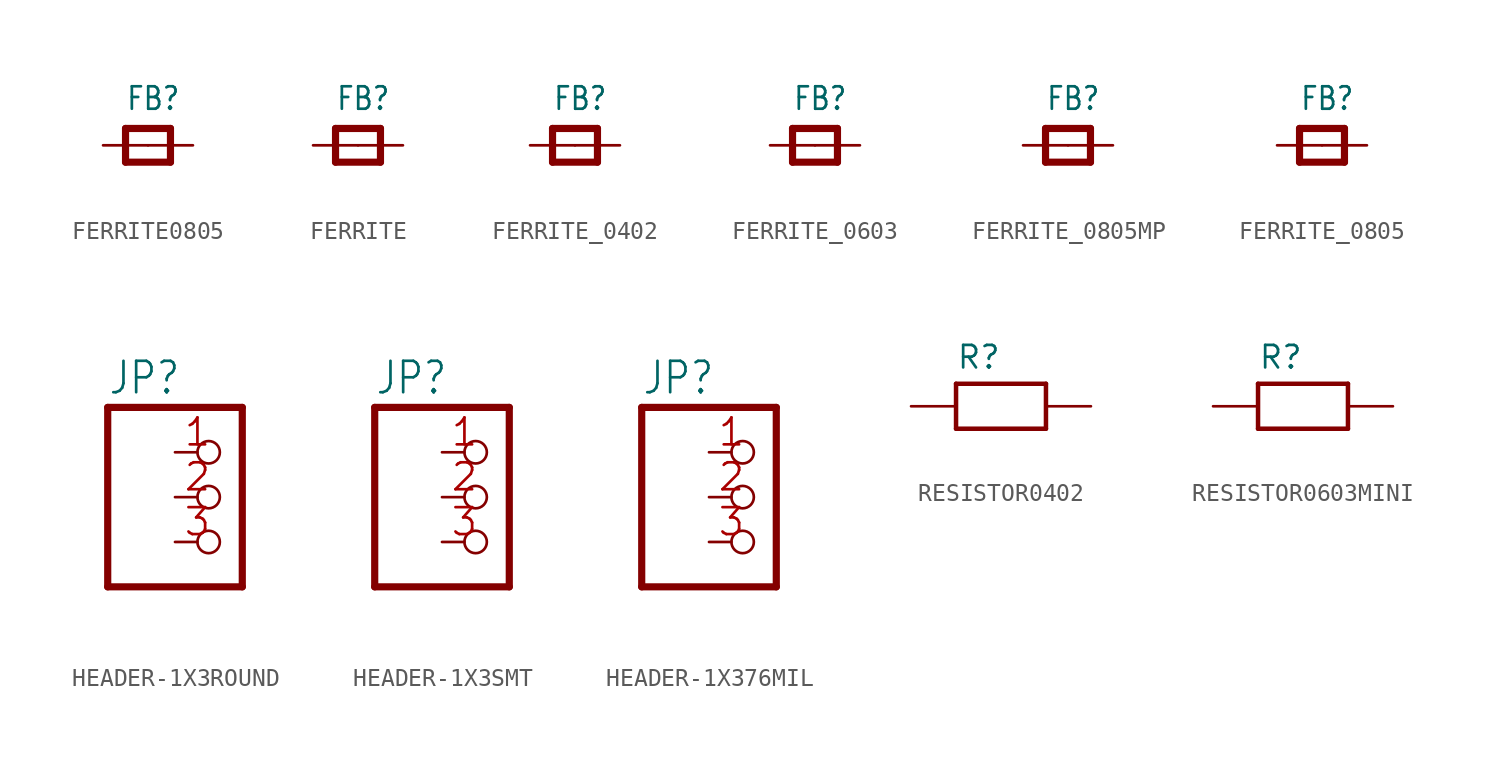
<source format=kicad_sym>
(kicad_symbol_lib
  (version 20241209)
  (generator "kicad_symbol_editor")
  (generator_version "9.0")
  (symbol "FERRITE0805"
    (property "Reference" "FB"
      (at -1.27 1.905 0)
      (effects (font (size 1.27 1.079)) (justify left bottom)))
    (property "Value" ""
      (at -1.27 -3.175 0)
      (effects (font (size 1.27 1.079)) (justify left bottom)))
    (property "ki_locked" ""
      (at 0 0 0)
      (effects (font (size 1.27 1.27))))
    (symbol "FERRITE0805_1_0"
      (polyline (pts (xy -1.27 0.953) (xy 1.27 0.953)) (stroke (width 0.406) (type solid)) (fill (type none)))
      (polyline (pts (xy -1.27 -0.953) (xy -1.27 0.953)) (stroke (width 0.406) (type solid)) (fill (type none)))
      (polyline (pts (xy 1.27 0.953) (xy 1.27 -0.953)) (stroke (width 0.406) (type solid)) (fill (type none)))
      (polyline (pts (xy 1.27 -0.953) (xy -1.27 -0.953)) (stroke (width 0.406) (type solid)) (fill (type none)))
      (pin passive line (at -2.54 0 0) (length 2.54) (name "P$1" (effects (font (size 0 0)))) (number "1" (effects (font (size 0 0)))))
      (pin passive line (at 2.54 0 180) (length 2.54) (name "P$2" (effects (font (size 0 0)))) (number "2" (effects (font (size 0 0)))))))
  (symbol "FERRITE"
    (property "Reference" "FB"
      (at -1.27 1.905 0)
      (effects (font (size 1.27 1.079)) (justify left bottom)))
    (property "Value" ""
      (at -1.27 -3.175 0)
      (effects (font (size 1.27 1.079)) (justify left bottom)))
    (property "ki_locked" ""
      (at 0 0 0)
      (effects (font (size 1.27 1.27))))
    (symbol "FERRITE_1_0"
      (polyline (pts (xy -1.27 0.953) (xy 1.27 0.953)) (stroke (width 0.406) (type solid)) (fill (type none)))
      (polyline (pts (xy -1.27 -0.953) (xy -1.27 0.953)) (stroke (width 0.406) (type solid)) (fill (type none)))
      (polyline (pts (xy 1.27 0.953) (xy 1.27 -0.953)) (stroke (width 0.406) (type solid)) (fill (type none)))
      (polyline (pts (xy 1.27 -0.953) (xy -1.27 -0.953)) (stroke (width 0.406) (type solid)) (fill (type none)))
      (pin passive line (at -2.54 0 0) (length 2.54) (name "P$1" (effects (font (size 0 0)))) (number "1" (effects (font (size 0 0)))))
      (pin passive line (at 2.54 0 180) (length 2.54) (name "P$2" (effects (font (size 0 0)))) (number "2" (effects (font (size 0 0)))))))
  (symbol "FERRITE_0402"
    (property "Reference" "FB"
      (at -1.27 1.905 0)
      (effects (font (size 1.27 1.079)) (justify left bottom)))
    (property "Value" ""
      (at -1.27 -3.175 0)
      (effects (font (size 1.27 1.079)) (justify left bottom)))
    (property "ki_locked" ""
      (at 0 0 0)
      (effects (font (size 1.27 1.27))))
    (symbol "FERRITE_0402_1_0"
      (polyline (pts (xy -1.27 0.953) (xy 1.27 0.953)) (stroke (width 0.406) (type solid)) (fill (type none)))
      (polyline (pts (xy -1.27 -0.953) (xy -1.27 0.953)) (stroke (width 0.406) (type solid)) (fill (type none)))
      (polyline (pts (xy 1.27 0.953) (xy 1.27 -0.953)) (stroke (width 0.406) (type solid)) (fill (type none)))
      (polyline (pts (xy 1.27 -0.953) (xy -1.27 -0.953)) (stroke (width 0.406) (type solid)) (fill (type none)))
      (pin passive line (at -2.54 0 0) (length 2.54) (name "P$1" (effects (font (size 0 0)))) (number "1" (effects (font (size 0 0)))))
      (pin passive line (at 2.54 0 180) (length 2.54) (name "P$2" (effects (font (size 0 0)))) (number "2" (effects (font (size 0 0)))))))
  (symbol "FERRITE_0603"
    (property "Reference" "FB"
      (at -1.27 1.905 0)
      (effects (font (size 1.27 1.079)) (justify left bottom)))
    (property "Value" ""
      (at -1.27 -3.175 0)
      (effects (font (size 1.27 1.079)) (justify left bottom)))
    (property "ki_locked" ""
      (at 0 0 0)
      (effects (font (size 1.27 1.27))))
    (symbol "FERRITE_0603_1_0"
      (polyline (pts (xy -1.27 0.953) (xy 1.27 0.953)) (stroke (width 0.406) (type solid)) (fill (type none)))
      (polyline (pts (xy -1.27 -0.953) (xy -1.27 0.953)) (stroke (width 0.406) (type solid)) (fill (type none)))
      (polyline (pts (xy 1.27 0.953) (xy 1.27 -0.953)) (stroke (width 0.406) (type solid)) (fill (type none)))
      (polyline (pts (xy 1.27 -0.953) (xy -1.27 -0.953)) (stroke (width 0.406) (type solid)) (fill (type none)))
      (pin passive line (at -2.54 0 0) (length 2.54) (name "P$1" (effects (font (size 0 0)))) (number "1" (effects (font (size 0 0)))))
      (pin passive line (at 2.54 0 180) (length 2.54) (name "P$2" (effects (font (size 0 0)))) (number "2" (effects (font (size 0 0)))))))
  (symbol "FERRITE_0805MP"
    (property "Reference" "FB"
      (at -1.27 1.905 0)
      (effects (font (size 1.27 1.079)) (justify left bottom)))
    (property "Value" ""
      (at -1.27 -3.175 0)
      (effects (font (size 1.27 1.079)) (justify left bottom)))
    (property "ki_locked" ""
      (at 0 0 0)
      (effects (font (size 1.27 1.27))))
    (symbol "FERRITE_0805MP_1_0"
      (polyline (pts (xy -1.27 0.953) (xy 1.27 0.953)) (stroke (width 0.406) (type solid)) (fill (type none)))
      (polyline (pts (xy -1.27 -0.953) (xy -1.27 0.953)) (stroke (width 0.406) (type solid)) (fill (type none)))
      (polyline (pts (xy 1.27 0.953) (xy 1.27 -0.953)) (stroke (width 0.406) (type solid)) (fill (type none)))
      (polyline (pts (xy 1.27 -0.953) (xy -1.27 -0.953)) (stroke (width 0.406) (type solid)) (fill (type none)))
      (pin passive line (at -2.54 0 0) (length 2.54) (name "P$1" (effects (font (size 0 0)))) (number "1" (effects (font (size 0 0)))))
      (pin passive line (at 2.54 0 180) (length 2.54) (name "P$2" (effects (font (size 0 0)))) (number "2" (effects (font (size 0 0)))))))
  (symbol "FERRITE_0805"
    (property "Reference" "FB"
      (at -1.27 1.905 0)
      (effects (font (size 1.27 1.079)) (justify left bottom)))
    (property "Value" ""
      (at -1.27 -3.175 0)
      (effects (font (size 1.27 1.079)) (justify left bottom)))
    (property "ki_locked" ""
      (at 0 0 0)
      (effects (font (size 1.27 1.27))))
    (symbol "FERRITE_0805_1_0"
      (polyline (pts (xy -1.27 0.953) (xy 1.27 0.953)) (stroke (width 0.406) (type solid)) (fill (type none)))
      (polyline (pts (xy -1.27 -0.953) (xy -1.27 0.953)) (stroke (width 0.406) (type solid)) (fill (type none)))
      (polyline (pts (xy 1.27 0.953) (xy 1.27 -0.953)) (stroke (width 0.406) (type solid)) (fill (type none)))
      (polyline (pts (xy 1.27 -0.953) (xy -1.27 -0.953)) (stroke (width 0.406) (type solid)) (fill (type none)))
      (pin passive line (at -2.54 0 0) (length 2.54) (name "P$1" (effects (font (size 0 0)))) (number "1" (effects (font (size 0 0)))))
      (pin passive line (at 2.54 0 180) (length 2.54) (name "P$2" (effects (font (size 0 0)))) (number "2" (effects (font (size 0 0)))))))
  (symbol "HEADER-1X3ROUND"
    (property "Reference" "JP"
      (at -6.35 5.715 0)
      (effects (font (size 1.778 1.511)) (justify left bottom)))
    (property "Value" ""
      (at -6.35 -7.62 0)
      (effects (font (size 1.778 1.511)) (justify left bottom)))
    (property "ki_locked" ""
      (at 0 0 0)
      (effects (font (size 1.27 1.27))))
    (symbol "HEADER-1X3ROUND_1_0"
      (polyline (pts (xy -6.35 5.08) (xy -6.35 -5.08)) (stroke (width 0.406) (type solid)) (fill (type none)))
      (polyline (pts (xy -6.35 -5.08) (xy 1.27 -5.08)) (stroke (width 0.406) (type solid)) (fill (type none)))
      (polyline (pts (xy 1.27 5.08) (xy -6.35 5.08)) (stroke (width 0.406) (type solid)) (fill (type none)))
      (polyline (pts (xy 1.27 -5.08) (xy 1.27 5.08)) (stroke (width 0.406) (type solid)) (fill (type none)))
      (pin passive inverted (at -2.54 2.54 0) (length 2.54) (name "1" (effects (font (size 0 0)))) (number "1" (effects (font (size 1.524 1.524)))))
      (pin passive inverted (at -2.54 0 0) (length 2.54) (name "2" (effects (font (size 0 0)))) (number "2" (effects (font (size 1.524 1.524)))))
      (pin passive inverted (at -2.54 -2.54 0) (length 2.54) (name "3" (effects (font (size 0 0)))) (number "3" (effects (font (size 1.524 1.524)))))))
  (symbol "HEADER-1X3SMT"
    (property "Reference" "JP"
      (at -6.35 5.715 0)
      (effects (font (size 1.778 1.511)) (justify left bottom)))
    (property "Value" ""
      (at -6.35 -7.62 0)
      (effects (font (size 1.778 1.511)) (justify left bottom)))
    (property "ki_locked" ""
      (at 0 0 0)
      (effects (font (size 1.27 1.27))))
    (symbol "HEADER-1X3SMT_1_0"
      (polyline (pts (xy -6.35 5.08) (xy -6.35 -5.08)) (stroke (width 0.406) (type solid)) (fill (type none)))
      (polyline (pts (xy -6.35 -5.08) (xy 1.27 -5.08)) (stroke (width 0.406) (type solid)) (fill (type none)))
      (polyline (pts (xy 1.27 5.08) (xy -6.35 5.08)) (stroke (width 0.406) (type solid)) (fill (type none)))
      (polyline (pts (xy 1.27 -5.08) (xy 1.27 5.08)) (stroke (width 0.406) (type solid)) (fill (type none)))
      (pin passive inverted (at -2.54 2.54 0) (length 2.54) (name "1" (effects (font (size 0 0)))) (number "1" (effects (font (size 1.524 1.524)))))
      (pin passive inverted (at -2.54 0 0) (length 2.54) (name "2" (effects (font (size 0 0)))) (number "2" (effects (font (size 1.524 1.524)))))
      (pin passive inverted (at -2.54 -2.54 0) (length 2.54) (name "3" (effects (font (size 0 0)))) (number "3" (effects (font (size 1.524 1.524)))))))
  (symbol "HEADER-1X376MIL"
    (property "Reference" "JP"
      (at -6.35 5.715 0)
      (effects (font (size 1.778 1.511)) (justify left bottom)))
    (property "Value" ""
      (at -6.35 -7.62 0)
      (effects (font (size 1.778 1.511)) (justify left bottom)))
    (property "ki_locked" ""
      (at 0 0 0)
      (effects (font (size 1.27 1.27))))
    (symbol "HEADER-1X376MIL_1_0"
      (polyline (pts (xy -6.35 5.08) (xy -6.35 -5.08)) (stroke (width 0.406) (type solid)) (fill (type none)))
      (polyline (pts (xy -6.35 -5.08) (xy 1.27 -5.08)) (stroke (width 0.406) (type solid)) (fill (type none)))
      (polyline (pts (xy 1.27 5.08) (xy -6.35 5.08)) (stroke (width 0.406) (type solid)) (fill (type none)))
      (polyline (pts (xy 1.27 -5.08) (xy 1.27 5.08)) (stroke (width 0.406) (type solid)) (fill (type none)))
      (pin passive inverted (at -2.54 2.54 0) (length 2.54) (name "1" (effects (font (size 0 0)))) (number "1" (effects (font (size 1.524 1.524)))))
      (pin passive inverted (at -2.54 0 0) (length 2.54) (name "2" (effects (font (size 0 0)))) (number "2" (effects (font (size 1.524 1.524)))))
      (pin passive inverted (at -2.54 -2.54 0) (length 2.54) (name "3" (effects (font (size 0 0)))) (number "3" (effects (font (size 1.524 1.524)))))))
  (symbol "RESISTOR0402"
    (property "Reference" "R"
      (at -2.54 2.032 0)
      (effects (font (size 1.27 1.27)) (justify left bottom)))
    (property "Value" ""
      (at -2.54 -3.175 0)
      (effects (font (size 1.27 1.27)) (justify left bottom)))
    (property "ki_locked" ""
      (at 0 0 0)
      (effects (font (size 1.27 1.27))))
    (symbol "RESISTOR0402_1_0"
      (polyline (pts (xy -2.54 1.27) (xy 2.54 1.27)) (stroke (width 0.254) (type solid)) (fill (type none)))
      (polyline (pts (xy -2.54 -1.27) (xy -2.54 1.27)) (stroke (width 0.254) (type solid)) (fill (type none)))
      (polyline (pts (xy 2.54 1.27) (xy 2.54 -1.27)) (stroke (width 0.254) (type solid)) (fill (type none)))
      (polyline (pts (xy 2.54 -1.27) (xy -2.54 -1.27)) (stroke (width 0.254) (type solid)) (fill (type none)))
      (pin passive line (at -5.08 0 0) (length 2.54) (name "1" (effects (font (size 0 0)))) (number "1" (effects (font (size 0 0)))))
      (pin passive line (at 5.08 0 180) (length 2.54) (name "2" (effects (font (size 0 0)))) (number "2" (effects (font (size 0 0)))))))
  (symbol "RESISTOR0603MINI"
    (property "Reference" "R"
      (at -2.54 2.032 0)
      (effects (font (size 1.27 1.27)) (justify left bottom)))
    (property "Value" ""
      (at -2.54 -3.175 0)
      (effects (font (size 1.27 1.27)) (justify left bottom)))
    (property "ki_locked" ""
      (at 0 0 0)
      (effects (font (size 1.27 1.27))))
    (symbol "RESISTOR0603MINI_1_0"
      (polyline (pts (xy -2.54 1.27) (xy 2.54 1.27)) (stroke (width 0.254) (type solid)) (fill (type none)))
      (polyline (pts (xy -2.54 -1.27) (xy -2.54 1.27)) (stroke (width 0.254) (type solid)) (fill (type none)))
      (polyline (pts (xy 2.54 1.27) (xy 2.54 -1.27)) (stroke (width 0.254) (type solid)) (fill (type none)))
      (polyline (pts (xy 2.54 -1.27) (xy -2.54 -1.27)) (stroke (width 0.254) (type solid)) (fill (type none)))
      (pin passive line (at -5.08 0 0) (length 2.54) (name "1" (effects (font (size 0 0)))) (number "1" (effects (font (size 0 0)))))
      (pin passive line (at 5.08 0 180) (length 2.54) (name "2" (effects (font (size 0 0)))) (number "2" (effects (font (size 0 0))))))))
</source>
